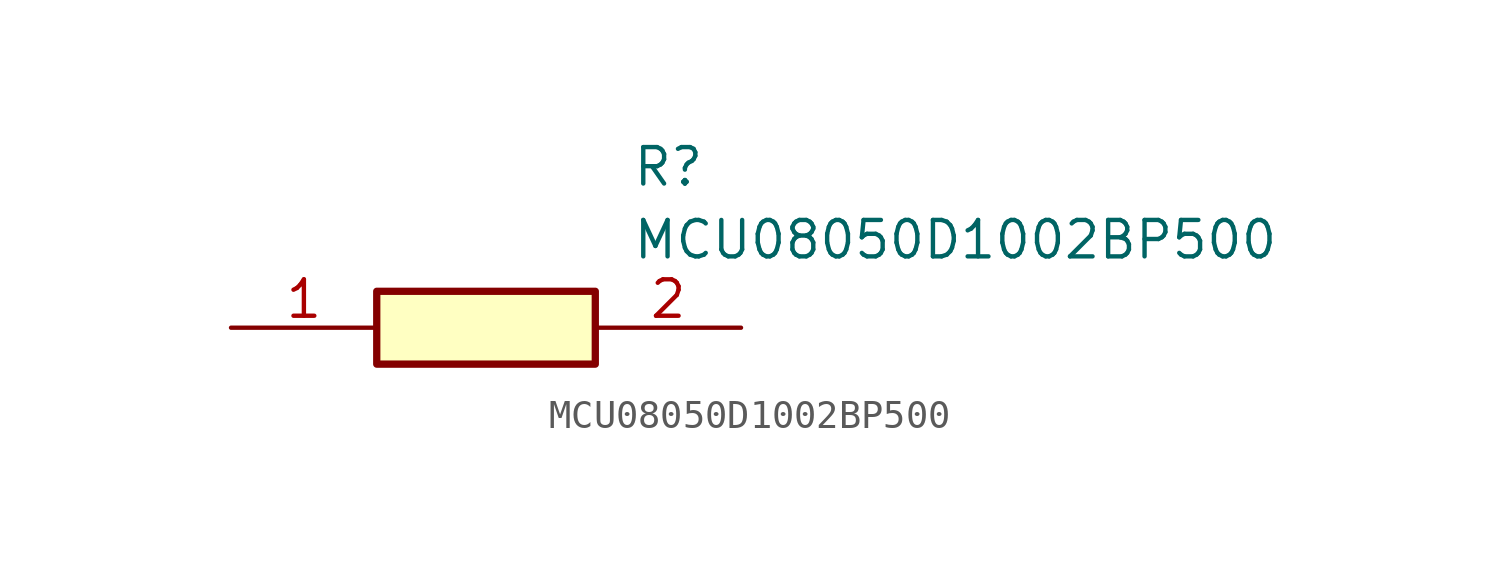
<source format=kicad_sym>
(kicad_symbol_lib
  (version 20211014)
  (generator SamacSys_ECAD_Model)
  (symbol "MCU08050D1002BP500"
    (pin_names hide)
    (property "Reference" "R"
      (at 13.97 6.35 0)
      (effects (font (size 1.27 1.27)) (justify left top)))
    (property "Value" "MCU08050D1002BP500"
      (at 13.97 3.81 0)
      (effects (font (size 1.27 1.27)) (justify left top)))
    (rectangle
      (start 5.08 1.27)
      (end 12.7 -1.27)
      (stroke (width 0.254) (type default))
      (fill (type background)))
    (pin passive line
      (at 0 0 0)
      (length 5.08)
      (name "1" (effects (font (size 1.27 1.27))))
      (number "1" (effects (font (size 1.27 1.27)))))
    (pin passive line
      (at 17.78 0 180)
      (length 5.08)
      (name "2" (effects (font (size 1.27 1.27))))
      (number "2" (effects (font (size 1.27 1.27)))))))
</source>
